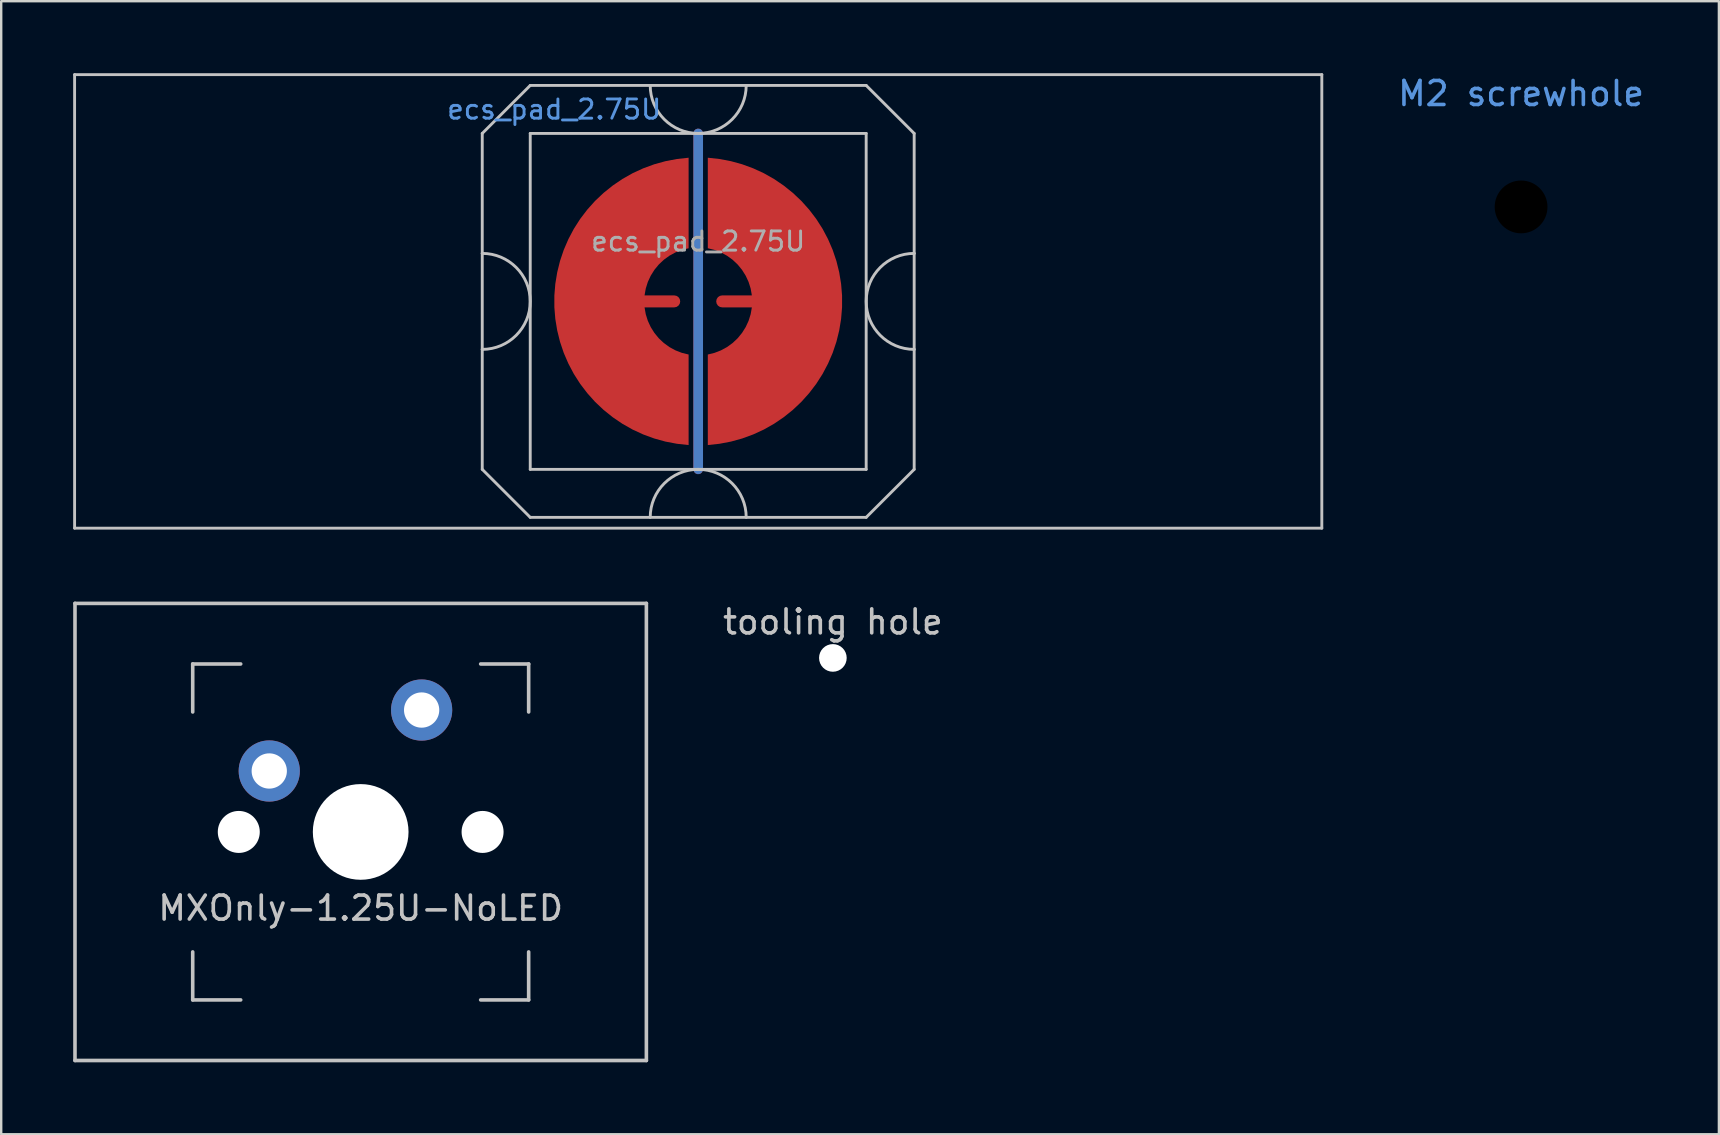
<source format=kicad_pcb>
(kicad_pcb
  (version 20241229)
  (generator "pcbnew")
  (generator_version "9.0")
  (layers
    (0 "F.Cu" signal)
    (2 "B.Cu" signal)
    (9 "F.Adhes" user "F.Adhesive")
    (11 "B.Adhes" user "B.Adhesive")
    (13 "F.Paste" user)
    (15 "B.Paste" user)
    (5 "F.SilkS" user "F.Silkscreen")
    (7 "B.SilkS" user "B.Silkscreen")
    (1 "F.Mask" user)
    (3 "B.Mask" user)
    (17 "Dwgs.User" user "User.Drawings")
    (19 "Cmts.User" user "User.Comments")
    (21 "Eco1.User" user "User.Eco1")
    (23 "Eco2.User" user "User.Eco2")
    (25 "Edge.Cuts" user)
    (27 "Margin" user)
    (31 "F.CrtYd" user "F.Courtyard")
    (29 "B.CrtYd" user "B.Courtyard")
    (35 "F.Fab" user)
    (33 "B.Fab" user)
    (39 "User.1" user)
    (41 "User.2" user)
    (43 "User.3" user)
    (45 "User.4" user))
  (footprint "tooling hole"
    (layer "F.Cu")
    (at 31.659 24.368)
    (property "Reference" "tooling hole" (at 0 -1.5 0) (unlocked yes) (layer "Dwgs.User") (effects (font (size 1 1) (thickness 0.15))))
    (attr smd)
    (pad "" np_thru_hole circle (at 0 0) (size 1.152 1.152) (drill 1.152) (layers "*.Cu" "*.Mask")))
  (footprint "M2 screwhole"
    (layer "F.Cu")
    (at 60.339 5.573)
    (property "Reference" "M2 screwhole" (at 0 -4.725 0) (unlocked yes) (layer "Cmts.User") (effects (font (size 1 1) (thickness 0.15))))
    (attr through_hole)
    (fp_circle (center 0 0) (end 2.2 0) (stroke (width 0.0001) (type solid)) (fill no) (layer "Dwgs.User"))
    (pad "" np_thru_hole circle (at 0 0) (size 2.2 2.2) (drill 2.2) (layers "*.Mask"))
    (zone (net_name "") (layer "B.Cu") (hatch edge 0.508) (connect_pads) (min_thickness 0.254) (filled_areas_thickness no) (keepout (tracks not_allowed) (vias not_allowed) (pads not_allowed) (copperpour not_allowed) (footprints allowed)) (placement (enabled no)) (fill) (polygon (pts (xy 62.544 5.573) (xy 62.525 5.285) (xy 62.469 5.003) (xy 62.376 4.73) (xy 62.248 4.471) (xy 62.088 4.231) (xy 61.898 4.014) (xy 61.681 3.824) (xy 61.441 3.664) (xy 61.183 3.536) (xy 60.91 3.444) (xy 60.627 3.387) (xy 60.339 3.369) (xy 60.051 3.387) (xy 59.768 3.444) (xy 59.495 3.536) (xy 59.237 3.664) (xy 58.997 3.824) (xy 58.78 4.014) (xy 58.59 4.231) (xy 58.43 4.471) (xy 58.302 4.73) (xy 58.209 5.003) (xy 58.153 5.285) (xy 58.134 5.573) (xy 58.153 5.861) (xy 58.209 6.144) (xy 58.302 6.417) (xy 58.43 6.676) (xy 58.59 6.915) (xy 58.78 7.132) (xy 58.997 7.322) (xy 59.237 7.483) (xy 59.495 7.61) (xy 59.768 7.703) (xy 60.051 7.759) (xy 60.339 7.778) (xy 60.627 7.759) (xy 60.91 7.703) (xy 61.183 7.61) (xy 61.441 7.483) (xy 61.681 7.322) (xy 61.898 7.132) (xy 62.088 6.915) (xy 62.248 6.676) (xy 62.376 6.417) (xy 62.469 6.144) (xy 62.525 5.861)))))
  (footprint "ecs_pad_2.75U"
    (layer "F.Cu")
    (at 26.047 9.51)
    (property "Reference" "ecs_pad_2.75U" (at -6 -8 0) (layer "Cmts.User") (effects (font (size 0.8 0.8) (thickness 0.12))))
    (attr smd)
    (fp_line (start -25.988 -9.45) (end 25.988 -9.45) (stroke (width 0.12) (type solid)) (layer "Dwgs.User"))
    (fp_line (start -25.988 9.45) (end -25.988 -9.45) (stroke (width 0.12) (type solid)) (layer "Dwgs.User"))
    (fp_line (start -9 -7) (end -9 -2) (stroke (width 0.12) (type solid)) (layer "Dwgs.User"))
    (fp_line (start -9 -2) (end -9 2) (stroke (width 0.12) (type solid)) (layer "Dwgs.User"))
    (fp_line (start -9 2) (end -9 7) (stroke (width 0.12) (type solid)) (layer "Dwgs.User"))
    (fp_line (start -9 7) (end -7 9) (stroke (width 0.12) (type solid)) (layer "Dwgs.User"))
    (fp_line (start -7 -9) (end -9 -7) (stroke (width 0.12) (type solid)) (layer "Dwgs.User"))
    (fp_line (start -7 -7) (end -7 7) (stroke (width 0.12) (type solid)) (layer "Dwgs.User"))
    (fp_line (start -7 7) (end 7 7) (stroke (width 0.12) (type solid)) (layer "Dwgs.User"))
    (fp_line (start -7 9) (end 7 9) (stroke (width 0.12) (type solid)) (layer "Dwgs.User"))
    (fp_line (start 7 -9) (end -7 -9) (stroke (width 0.12) (type solid)) (layer "Dwgs.User"))
    (fp_line (start 7 -9) (end 9 -7) (stroke (width 0.12) (type solid)) (layer "Dwgs.User"))
    (fp_line (start 7 -7) (end -7 -7) (stroke (width 0.12) (type solid)) (layer "Dwgs.User"))
    (fp_line (start 7 7) (end 7 -7) (stroke (width 0.12) (type solid)) (layer "Dwgs.User"))
    (fp_line (start 7 9) (end 9 7) (stroke (width 0.12) (type solid)) (layer "Dwgs.User"))
    (fp_line (start 9 -2) (end 9 -7) (stroke (width 0.12) (type solid)) (layer "Dwgs.User"))
    (fp_line (start 9 -2) (end 9 2) (stroke (width 0.12) (type solid)) (layer "Dwgs.User"))
    (fp_line (start 9 7) (end 9 2) (stroke (width 0.12) (type solid)) (layer "Dwgs.User"))
    (fp_line (start 25.988 -9.45) (end 25.988 9.45) (stroke (width 0.12) (type solid)) (layer "Dwgs.User"))
    (fp_line (start 25.988 9.45) (end -25.988 9.45) (stroke (width 0.12) (type solid)) (layer "Dwgs.User"))
    (fp_arc (start -9 -2) (mid -7 0) (end -9 2) (stroke (width 0.12) (type solid)) (layer "Dwgs.User"))
    (fp_arc (start -2 9) (mid 0 7) (end 2 9) (stroke (width 0.12) (type solid)) (layer "Dwgs.User"))
    (fp_arc (start 2 -9) (mid 0 -7) (end -2 -9) (stroke (width 0.12) (type solid)) (layer "Dwgs.User"))
    (fp_arc (start 9 2) (mid 7 0) (end 9 -2) (stroke (width 0.12) (type solid)) (layer "Dwgs.User"))
    (fp_circle (center 0 0) (end 6.553 0) (stroke (width 0.12) (type solid)) (fill no) (layer "User.3"))
    (fp_text user "${REFERENCE}" (at 0 -2.5 0) (layer "F.Fab") (effects (font (size 0.8 0.8) (thickness 0.12))))
    (pad "1" smd custom (at -1 0) (size 0.4 0.4) (layers "F.Cu") (options (anchor circle)) (primitives (gr_poly (pts (xy 0.6 -2.214) (xy 0.32 -2.145) (xy 0.052 -2.041) (xy -0.201 -1.903) (xy -0.434 -1.734) (xy -0.644 -1.536) (xy -0.826 -1.314) (xy -0.979 -1.07) (xy -1.1 -0.808) (xy -1.186 -0.534) (xy -1.236 -0.25) (xy 0 -0.25) (xy 0.096 -0.231) (xy 0.177 -0.177) (xy 0.231 -0.096) (xy 0.25 0) (xy 0.231 0.096) (xy 0.177 0.177) (xy 0.096 0.231) (xy 0 0.25) (xy -1.236 0.25) (xy -1.186 0.534) (xy -1.1 0.808) (xy -0.979 1.07) (xy -0.826 1.314) (xy -0.644 1.536) (xy -0.434 1.734) (xy -0.201 1.903) (xy 0.052 2.041) (xy 0.32 2.145) (xy 0.6 2.214) (xy 0.6 5.987) (xy 0.115 5.934) (xy -0.364 5.843) (xy -0.834 5.713) (xy -1.292 5.545) (xy -1.735 5.341) (xy -2.159 5.101) (xy -2.563 4.827) (xy -2.943 4.522) (xy -3.298 4.187) (xy -3.623 3.824) (xy -3.919 3.436) (xy -4.182 3.025) (xy -4.41 2.594) (xy -4.603 2.147) (xy -4.759 1.684) (xy -4.876 1.211) (xy -4.955 0.73) (xy -4.995 0.244) (xy -4.995 -0.244) (xy -4.955 -0.73) (xy -4.876 -1.211) (xy -4.759 -1.684) (xy -4.603 -2.147) (xy -4.41 -2.594) (xy -4.182 -3.025) (xy -3.919 -3.436) (xy -3.623 -3.824) (xy -3.298 -4.187) (xy -2.943 -4.522) (xy -2.563 -4.827) (xy -2.159 -5.101) (xy -1.735 -5.341) (xy -1.292 -5.545) (xy -0.834 -5.713) (xy -0.364 -5.843) (xy 0.115 -5.934) (xy 0.6 -5.987)) (width 0) (fill yes))))
    (pad "2" smd custom (at 1 0 180) (size 0.4 0.4) (layers "F.Cu") (options (anchor circle)) (primitives (gr_poly (pts (xy 0.6 -2.214) (xy 0.32 -2.145) (xy 0.052 -2.041) (xy -0.201 -1.903) (xy -0.434 -1.734) (xy -0.644 -1.536) (xy -0.826 -1.314) (xy -0.979 -1.07) (xy -1.1 -0.808) (xy -1.186 -0.534) (xy -1.236 -0.25) (xy 0 -0.25) (xy 0.096 -0.231) (xy 0.177 -0.177) (xy 0.231 -0.096) (xy 0.25 0) (xy 0.231 0.096) (xy 0.177 0.177) (xy 0.096 0.231) (xy 0 0.25) (xy -1.236 0.25) (xy -1.186 0.534) (xy -1.1 0.808) (xy -0.979 1.07) (xy -0.826 1.314) (xy -0.644 1.536) (xy -0.434 1.734) (xy -0.201 1.903) (xy 0.052 2.041) (xy 0.32 2.145) (xy 0.6 2.214) (xy 0.6 5.987) (xy 0.115 5.934) (xy -0.364 5.843) (xy -0.834 5.713) (xy -1.292 5.545) (xy -1.735 5.341) (xy -2.159 5.101) (xy -2.563 4.827) (xy -2.943 4.522) (xy -3.298 4.187) (xy -3.623 3.824) (xy -3.919 3.436) (xy -4.182 3.025) (xy -4.41 2.594) (xy -4.603 2.147) (xy -4.759 1.684) (xy -4.876 1.211) (xy -4.955 0.73) (xy -4.995 0.244) (xy -4.995 -0.244) (xy -4.955 -0.73) (xy -4.876 -1.211) (xy -4.759 -1.684) (xy -4.603 -2.147) (xy -4.41 -2.594) (xy -4.182 -3.025) (xy -3.919 -3.436) (xy -3.623 -3.824) (xy -3.298 -4.187) (xy -2.943 -4.522) (xy -2.563 -4.827) (xy -2.159 -5.101) (xy -1.735 -5.341) (xy -1.292 -5.545) (xy -0.834 -5.713) (xy -0.364 -5.843) (xy 0.115 -5.934) (xy 0.6 -5.987)) (width 0) (fill yes))))
    (pad "3" smd custom (at 0 -7) (size 0.4 0.4) (layers "F.Cu") (options (anchor circle)) (primitives (gr_line (start 0 0) (end 0 14) (width 0.4))))
    (pad "3" smd custom (at 0 -7) (size 0.4 0.4) (layers "B.Cu") (options (anchor circle)) (primitives (gr_line (start 0 0) (end 0 14) (width 0.4))))
    (zone (net_name "") (layer "B.Cu") (hatch edge 0.508) (connect_pads) (min_thickness 0.254) (filled_areas_thickness no) (keepout (tracks allowed) (vias allowed) (pads allowed) (copperpour not_allowed) (footprints allowed)) (placement (enabled no)) (fill) (polygon (pts (xy 32.606 9.51) (xy 32.586 8.995) (xy 32.525 8.484) (xy 32.425 7.979) (xy 32.285 7.483) (xy 32.107 7) (xy 31.891 6.533) (xy 31.639 6.083) (xy 31.353 5.655) (xy 31.034 5.251) (xy 30.685 4.873) (xy 30.307 4.523) (xy 29.902 4.204) (xy 29.474 3.918) (xy 29.025 3.667) (xy 28.557 3.451) (xy 28.074 3.273) (xy 27.578 3.133) (xy 27.073 3.032) (xy 26.562 2.972) (xy 26.047 2.952) (xy 25.533 2.972) (xy 25.022 3.032) (xy 24.517 3.133) (xy 24.021 3.273) (xy 23.538 3.451) (xy 23.07 3.667) (xy 22.621 3.918) (xy 22.193 4.204) (xy 21.788 4.523) (xy 21.41 4.873) (xy 21.061 5.251) (xy 20.742 5.655) (xy 20.456 6.083) (xy 20.204 6.533) (xy 19.988 7) (xy 19.81 7.483) (xy 19.67 7.979) (xy 19.57 8.484) (xy 19.509 8.995) (xy 19.489 9.51) (xy 19.509 10.025) (xy 19.57 10.536) (xy 19.67 11.041) (xy 19.81 11.537) (xy 19.988 12.02) (xy 20.204 12.487) (xy 20.456 12.937) (xy 20.742 13.365) (xy 21.061 13.769) (xy 21.41 14.147) (xy 21.788 14.497) (xy 22.193 14.816) (xy 22.621 15.102) (xy 23.07 15.353) (xy 23.538 15.569) (xy 24.021 15.747) (xy 24.517 15.887) (xy 25.022 15.988) (xy 25.533 16.048) (xy 26.047 16.068) (xy 26.562 16.048) (xy 27.073 15.988) (xy 27.578 15.887) (xy 28.074 15.747) (xy 28.557 15.569) (xy 29.025 15.353) (xy 29.474 15.102) (xy 29.902 14.816) (xy 30.307 14.497) (xy 30.685 14.147) (xy 31.034 13.769) (xy 31.353 13.365) (xy 31.639 12.937) (xy 31.891 12.487) (xy 32.107 12.02) (xy 32.285 11.537) (xy 32.425 11.041) (xy 32.525 10.536) (xy 32.586 10.025)))))
  (footprint "MXOnly-1.25U-NoLED"
    (layer "F.Cu")
    (at 11.981 31.62)
    (property "Reference" "MXOnly-1.25U-NoLED" (at 0 3.175 0) (layer "Dwgs.User") (effects (font (size 1 1) (thickness 0.15))))
    (attr through_hole)
    (fp_line (start -11.906 -9.525) (end 11.906 -9.525) (stroke (width 0.15) (type solid)) (layer "Dwgs.User"))
    (fp_line (start -11.906 9.525) (end -11.906 -9.525) (stroke (width 0.15) (type solid)) (layer "Dwgs.User"))
    (fp_line (start -11.906 9.525) (end 11.906 9.525) (stroke (width 0.15) (type solid)) (layer "Dwgs.User"))
    (fp_line (start -7 -7) (end -7 -5) (stroke (width 0.15) (type solid)) (layer "Dwgs.User"))
    (fp_line (start -7 5) (end -7 7) (stroke (width 0.15) (type solid)) (layer "Dwgs.User"))
    (fp_line (start -7 7) (end -5 7) (stroke (width 0.15) (type solid)) (layer "Dwgs.User"))
    (fp_line (start -5 -7) (end -7 -7) (stroke (width 0.15) (type solid)) (layer "Dwgs.User"))
    (fp_line (start 5 -7) (end 7 -7) (stroke (width 0.15) (type solid)) (layer "Dwgs.User"))
    (fp_line (start 5 7) (end 7 7) (stroke (width 0.15) (type solid)) (layer "Dwgs.User"))
    (fp_line (start 7 -7) (end 7 -5) (stroke (width 0.15) (type solid)) (layer "Dwgs.User"))
    (fp_line (start 7 7) (end 7 5) (stroke (width 0.15) (type solid)) (layer "Dwgs.User"))
    (fp_line (start 11.906 -9.525) (end 11.906 9.525) (stroke (width 0.15) (type solid)) (layer "Dwgs.User"))
    (pad "" np_thru_hole circle (at -5.08 0 48.1) (size 1.75 1.75) (drill 1.75) (layers "*.Cu" "*.Mask"))
    (pad "" np_thru_hole circle (at 0 0) (size 3.988 3.988) (drill 3.988) (layers "*.Cu" "*.Mask"))
    (pad "" np_thru_hole circle (at 5.08 0 48.1) (size 1.75 1.75) (drill 1.75) (layers "*.Cu" "*.Mask"))
    (pad "1" thru_hole circle (at -3.81 -2.54) (size 2.55 2.55) (drill 1.47) (layers "*.Cu" "B.Mask"))
    (pad "2" thru_hole circle (at 2.54 -5.08) (size 2.55 2.55) (drill 1.47) (layers "*.Cu" "B.Mask")))
  (gr_rect
    (start -3 -3)
    (end 68.583 44.22)
    (stroke (width 0.1) (type default))
    (fill no)
    (layer "Edge.Cuts")))
</source>
